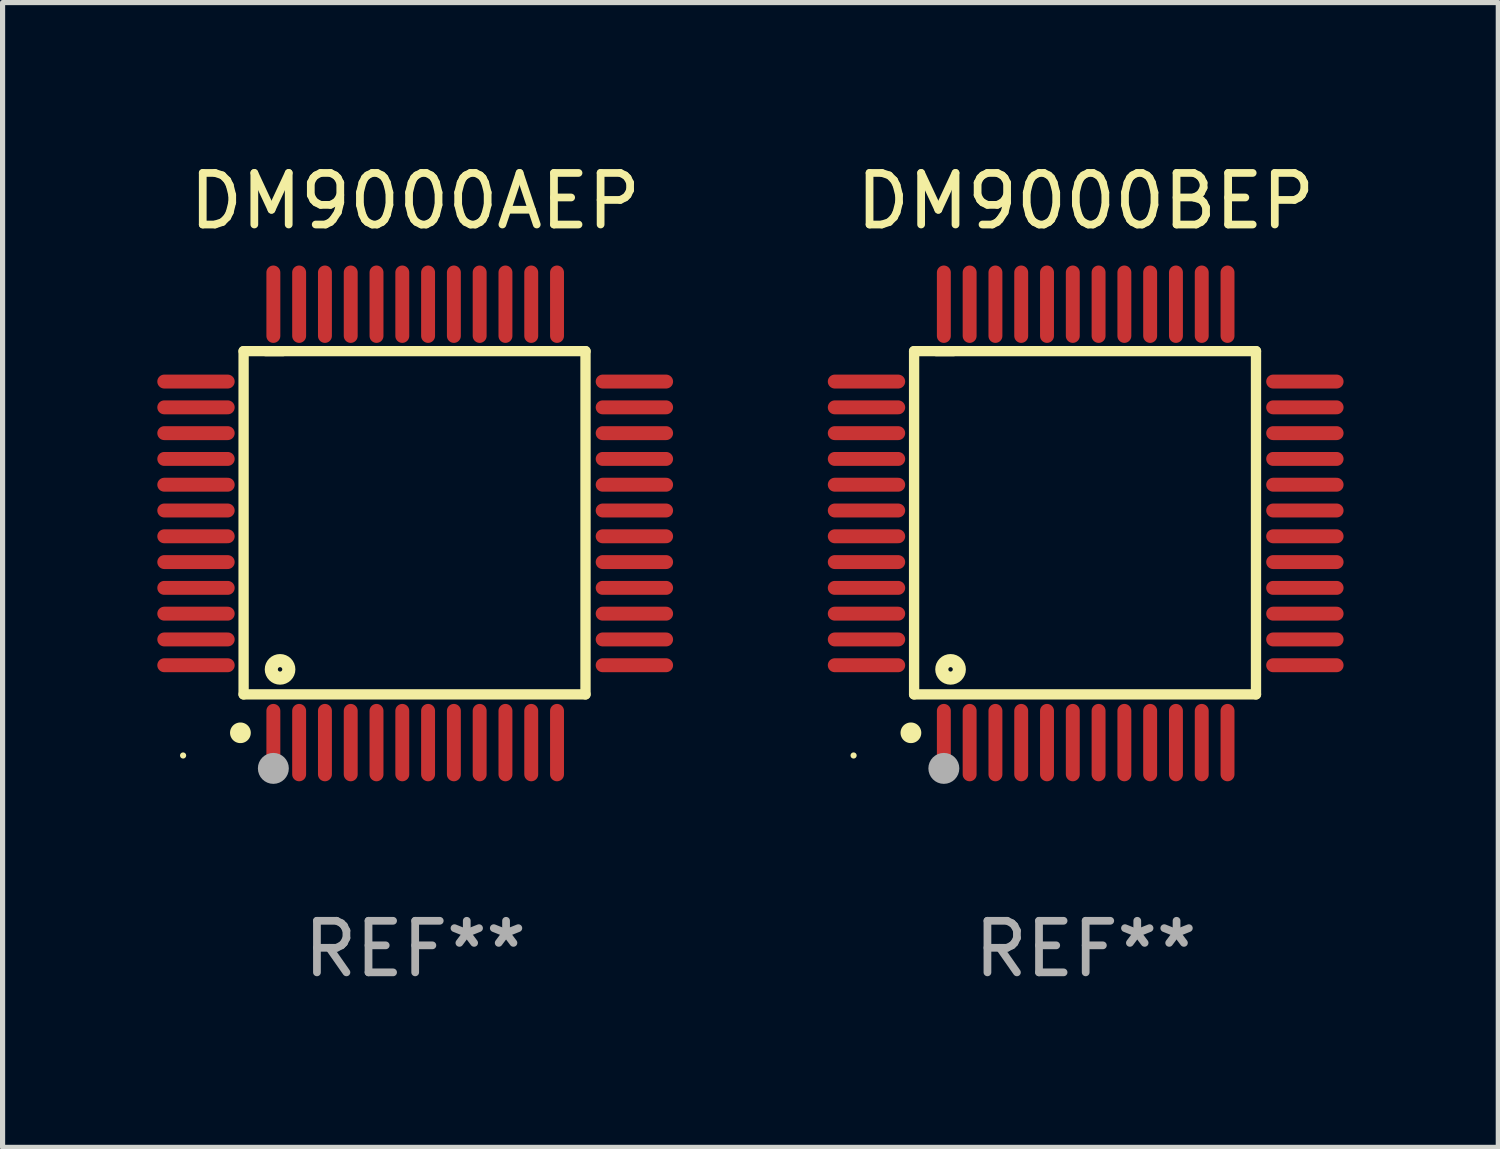
<source format=kicad_pcb>
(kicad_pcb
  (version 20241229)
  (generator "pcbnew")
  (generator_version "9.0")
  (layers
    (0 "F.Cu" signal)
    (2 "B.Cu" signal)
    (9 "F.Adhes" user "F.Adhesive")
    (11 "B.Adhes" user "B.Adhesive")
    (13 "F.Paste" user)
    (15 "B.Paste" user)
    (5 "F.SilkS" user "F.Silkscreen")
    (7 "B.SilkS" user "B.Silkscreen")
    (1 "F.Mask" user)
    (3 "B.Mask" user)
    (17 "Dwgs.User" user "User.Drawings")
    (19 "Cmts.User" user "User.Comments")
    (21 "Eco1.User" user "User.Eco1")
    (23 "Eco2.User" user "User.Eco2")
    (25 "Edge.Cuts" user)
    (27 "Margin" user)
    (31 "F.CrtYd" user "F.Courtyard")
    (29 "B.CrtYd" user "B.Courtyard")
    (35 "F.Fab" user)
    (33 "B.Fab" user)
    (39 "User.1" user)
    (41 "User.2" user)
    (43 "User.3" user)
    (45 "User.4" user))
  (footprint "DM9000AEP"
    (layer "F.Cu")
    (at 5 7.098)
    (property "Reference" "DM9000AEP" (at 0 -6.25 0) (layer "F.SilkS") (effects (font (size 1 1) (thickness 0.15))))
    (attr through_hole)
    (fp_line (start -3.327 -3.34) (end -2.565 -3.34) (stroke (width 0.2) (type solid)) (layer "F.SilkS"))
    (fp_line (start -3.327 3.315) (end -3.327 -3.34) (stroke (width 0.2) (type solid)) (layer "F.SilkS"))
    (fp_line (start -2.896 -3.34) (end 3.302 -3.34) (stroke (width 0.2) (type solid)) (layer "F.SilkS"))
    (fp_line (start 3.302 -3.34) (end 3.302 3.315) (stroke (width 0.2) (type solid)) (layer "F.SilkS"))
    (fp_line (start 3.302 3.315) (end -3.327 3.315) (stroke (width 0.2) (type solid)) (layer "F.SilkS"))
    (fp_arc (start -3.389992 4.059995) (mid -3.388722 4.059991) (end -3.387452 4.059995) (stroke (width 0.4) (type solid)) (layer "F.SilkS"))
    (fp_circle (center -4.5 4.5) (end -4.47 4.5) (stroke (width 0.06) (type solid)) (fill no) (layer "F.SilkS"))
    (fp_circle (center -2.62 2.83) (end -2.45 2.83) (stroke (width 0.254) (type solid)) (fill no) (layer "F.SilkS"))
    (fp_circle (center -2.75 4.75) (end -2.6 4.75) (stroke (width 0.3) (type solid)) (fill no) (layer "F.Fab"))
    (fp_text user "REF**" (at 0 8.25 0) (layer "F.Fab") (effects (font (size 1 1) (thickness 0.15))))
    (pad "1" smd oval (at -2.75 4.25) (size 0.27 1.5) (layers "F.Cu" "F.Mask" "F.Paste"))
    (pad "2" smd oval (at -2.25 4.25) (size 0.27 1.5) (layers "F.Cu" "F.Mask" "F.Paste"))
    (pad "3" smd oval (at -1.75 4.25) (size 0.27 1.5) (layers "F.Cu" "F.Mask" "F.Paste"))
    (pad "4" smd oval (at -1.25 4.25) (size 0.27 1.5) (layers "F.Cu" "F.Mask" "F.Paste"))
    (pad "5" smd oval (at -0.75 4.25) (size 0.27 1.5) (layers "F.Cu" "F.Mask" "F.Paste"))
    (pad "6" smd oval (at -0.25 4.25) (size 0.27 1.5) (layers "F.Cu" "F.Mask" "F.Paste"))
    (pad "7" smd oval (at 0.25 4.25) (size 0.27 1.5) (layers "F.Cu" "F.Mask" "F.Paste"))
    (pad "8" smd oval (at 0.75 4.25) (size 0.27 1.5) (layers "F.Cu" "F.Mask" "F.Paste"))
    (pad "9" smd oval (at 1.25 4.25) (size 0.27 1.5) (layers "F.Cu" "F.Mask" "F.Paste"))
    (pad "10" smd oval (at 1.75 4.25) (size 0.27 1.5) (layers "F.Cu" "F.Mask" "F.Paste"))
    (pad "11" smd oval (at 2.25 4.25) (size 0.27 1.5) (layers "F.Cu" "F.Mask" "F.Paste"))
    (pad "12" smd oval (at 2.75 4.25) (size 0.27 1.5) (layers "F.Cu" "F.Mask" "F.Paste"))
    (pad "13" smd oval (at 4.25 2.75) (size 1.5 0.27) (layers "F.Cu" "F.Mask" "F.Paste"))
    (pad "14" smd oval (at 4.25 2.25) (size 1.5 0.27) (layers "F.Cu" "F.Mask" "F.Paste"))
    (pad "15" smd oval (at 4.25 1.75) (size 1.5 0.27) (layers "F.Cu" "F.Mask" "F.Paste"))
    (pad "16" smd oval (at 4.25 1.25) (size 1.5 0.27) (layers "F.Cu" "F.Mask" "F.Paste"))
    (pad "17" smd oval (at 4.25 0.75) (size 1.5 0.27) (layers "F.Cu" "F.Mask" "F.Paste"))
    (pad "18" smd oval (at 4.25 0.25) (size 1.5 0.27) (layers "F.Cu" "F.Mask" "F.Paste"))
    (pad "19" smd oval (at 4.25 -0.25) (size 1.5 0.27) (layers "F.Cu" "F.Mask" "F.Paste"))
    (pad "20" smd oval (at 4.25 -0.75) (size 1.5 0.27) (layers "F.Cu" "F.Mask" "F.Paste"))
    (pad "21" smd oval (at 4.25 -1.25) (size 1.5 0.27) (layers "F.Cu" "F.Mask" "F.Paste"))
    (pad "22" smd oval (at 4.25 -1.75) (size 1.5 0.27) (layers "F.Cu" "F.Mask" "F.Paste"))
    (pad "23" smd oval (at 4.25 -2.25) (size 1.5 0.27) (layers "F.Cu" "F.Mask" "F.Paste"))
    (pad "24" smd oval (at 4.25 -2.75) (size 1.5 0.27) (layers "F.Cu" "F.Mask" "F.Paste"))
    (pad "25" smd oval (at 2.75 -4.25) (size 0.27 1.5) (layers "F.Cu" "F.Mask" "F.Paste"))
    (pad "26" smd oval (at 2.25 -4.25) (size 0.27 1.5) (layers "F.Cu" "F.Mask" "F.Paste"))
    (pad "27" smd oval (at 1.75 -4.25) (size 0.27 1.5) (layers "F.Cu" "F.Mask" "F.Paste"))
    (pad "28" smd oval (at 1.25 -4.25) (size 0.27 1.5) (layers "F.Cu" "F.Mask" "F.Paste"))
    (pad "29" smd oval (at 0.75 -4.25) (size 0.27 1.5) (layers "F.Cu" "F.Mask" "F.Paste"))
    (pad "30" smd oval (at 0.25 -4.25) (size 0.27 1.5) (layers "F.Cu" "F.Mask" "F.Paste"))
    (pad "31" smd oval (at -0.25 -4.25) (size 0.27 1.5) (layers "F.Cu" "F.Mask" "F.Paste"))
    (pad "32" smd oval (at -0.75 -4.25) (size 0.27 1.5) (layers "F.Cu" "F.Mask" "F.Paste"))
    (pad "33" smd oval (at -1.25 -4.25) (size 0.27 1.5) (layers "F.Cu" "F.Mask" "F.Paste"))
    (pad "34" smd oval (at -1.75 -4.25) (size 0.27 1.5) (layers "F.Cu" "F.Mask" "F.Paste"))
    (pad "35" smd oval (at -2.25 -4.25) (size 0.27 1.5) (layers "F.Cu" "F.Mask" "F.Paste"))
    (pad "36" smd oval (at -2.75 -4.25) (size 0.27 1.5) (layers "F.Cu" "F.Mask" "F.Paste"))
    (pad "37" smd oval (at -4.25 -2.75) (size 1.5 0.27) (layers "F.Cu" "F.Mask" "F.Paste"))
    (pad "38" smd oval (at -4.25 -2.25) (size 1.5 0.27) (layers "F.Cu" "F.Mask" "F.Paste"))
    (pad "39" smd oval (at -4.25 -1.75) (size 1.5 0.27) (layers "F.Cu" "F.Mask" "F.Paste"))
    (pad "40" smd oval (at -4.25 -1.25) (size 1.5 0.27) (layers "F.Cu" "F.Mask" "F.Paste"))
    (pad "41" smd oval (at -4.25 -0.75) (size 1.5 0.27) (layers "F.Cu" "F.Mask" "F.Paste"))
    (pad "42" smd oval (at -4.25 -0.25) (size 1.5 0.27) (layers "F.Cu" "F.Mask" "F.Paste"))
    (pad "43" smd oval (at -4.25 0.25) (size 1.5 0.27) (layers "F.Cu" "F.Mask" "F.Paste"))
    (pad "44" smd oval (at -4.25 0.75) (size 1.5 0.27) (layers "F.Cu" "F.Mask" "F.Paste"))
    (pad "45" smd oval (at -4.25 1.25) (size 1.5 0.27) (layers "F.Cu" "F.Mask" "F.Paste"))
    (pad "46" smd oval (at -4.25 1.75) (size 1.5 0.27) (layers "F.Cu" "F.Mask" "F.Paste"))
    (pad "47" smd oval (at -4.25 2.25) (size 1.5 0.27) (layers "F.Cu" "F.Mask" "F.Paste"))
    (pad "48" smd oval (at -4.25 2.75) (size 1.5 0.27) (layers "F.Cu" "F.Mask" "F.Paste")))
  (footprint "DM9000BEP"
    (layer "F.Cu")
    (at 18 7.098)
    (property "Reference" "DM9000BEP" (at 0 -6.25 0) (layer "F.SilkS") (effects (font (size 1 1) (thickness 0.15))))
    (attr through_hole)
    (fp_line (start -3.327 -3.34) (end -2.565 -3.34) (stroke (width 0.2) (type solid)) (layer "F.SilkS"))
    (fp_line (start -3.327 3.315) (end -3.327 -3.34) (stroke (width 0.2) (type solid)) (layer "F.SilkS"))
    (fp_line (start -2.896 -3.34) (end 3.302 -3.34) (stroke (width 0.2) (type solid)) (layer "F.SilkS"))
    (fp_line (start 3.302 -3.34) (end 3.302 3.315) (stroke (width 0.2) (type solid)) (layer "F.SilkS"))
    (fp_line (start 3.302 3.315) (end -3.327 3.315) (stroke (width 0.2) (type solid)) (layer "F.SilkS"))
    (fp_arc (start -3.389992 4.059995) (mid -3.388722 4.059991) (end -3.387452 4.059995) (stroke (width 0.4) (type solid)) (layer "F.SilkS"))
    (fp_circle (center -4.5 4.5) (end -4.47 4.5) (stroke (width 0.06) (type solid)) (fill no) (layer "F.SilkS"))
    (fp_circle (center -2.62 2.83) (end -2.45 2.83) (stroke (width 0.254) (type solid)) (fill no) (layer "F.SilkS"))
    (fp_circle (center -2.75 4.75) (end -2.6 4.75) (stroke (width 0.3) (type solid)) (fill no) (layer "F.Fab"))
    (fp_text user "REF**" (at 0 8.25 0) (layer "F.Fab") (effects (font (size 1 1) (thickness 0.15))))
    (pad "1" smd oval (at -2.75 4.25) (size 0.27 1.5) (layers "F.Cu" "F.Mask" "F.Paste"))
    (pad "2" smd oval (at -2.25 4.25) (size 0.27 1.5) (layers "F.Cu" "F.Mask" "F.Paste"))
    (pad "3" smd oval (at -1.75 4.25) (size 0.27 1.5) (layers "F.Cu" "F.Mask" "F.Paste"))
    (pad "4" smd oval (at -1.25 4.25) (size 0.27 1.5) (layers "F.Cu" "F.Mask" "F.Paste"))
    (pad "5" smd oval (at -0.75 4.25) (size 0.27 1.5) (layers "F.Cu" "F.Mask" "F.Paste"))
    (pad "6" smd oval (at -0.25 4.25) (size 0.27 1.5) (layers "F.Cu" "F.Mask" "F.Paste"))
    (pad "7" smd oval (at 0.25 4.25) (size 0.27 1.5) (layers "F.Cu" "F.Mask" "F.Paste"))
    (pad "8" smd oval (at 0.75 4.25) (size 0.27 1.5) (layers "F.Cu" "F.Mask" "F.Paste"))
    (pad "9" smd oval (at 1.25 4.25) (size 0.27 1.5) (layers "F.Cu" "F.Mask" "F.Paste"))
    (pad "10" smd oval (at 1.75 4.25) (size 0.27 1.5) (layers "F.Cu" "F.Mask" "F.Paste"))
    (pad "11" smd oval (at 2.25 4.25) (size 0.27 1.5) (layers "F.Cu" "F.Mask" "F.Paste"))
    (pad "12" smd oval (at 2.75 4.25) (size 0.27 1.5) (layers "F.Cu" "F.Mask" "F.Paste"))
    (pad "13" smd oval (at 4.25 2.75) (size 1.5 0.27) (layers "F.Cu" "F.Mask" "F.Paste"))
    (pad "14" smd oval (at 4.25 2.25) (size 1.5 0.27) (layers "F.Cu" "F.Mask" "F.Paste"))
    (pad "15" smd oval (at 4.25 1.75) (size 1.5 0.27) (layers "F.Cu" "F.Mask" "F.Paste"))
    (pad "16" smd oval (at 4.25 1.25) (size 1.5 0.27) (layers "F.Cu" "F.Mask" "F.Paste"))
    (pad "17" smd oval (at 4.25 0.75) (size 1.5 0.27) (layers "F.Cu" "F.Mask" "F.Paste"))
    (pad "18" smd oval (at 4.25 0.25) (size 1.5 0.27) (layers "F.Cu" "F.Mask" "F.Paste"))
    (pad "19" smd oval (at 4.25 -0.25) (size 1.5 0.27) (layers "F.Cu" "F.Mask" "F.Paste"))
    (pad "20" smd oval (at 4.25 -0.75) (size 1.5 0.27) (layers "F.Cu" "F.Mask" "F.Paste"))
    (pad "21" smd oval (at 4.25 -1.25) (size 1.5 0.27) (layers "F.Cu" "F.Mask" "F.Paste"))
    (pad "22" smd oval (at 4.25 -1.75) (size 1.5 0.27) (layers "F.Cu" "F.Mask" "F.Paste"))
    (pad "23" smd oval (at 4.25 -2.25) (size 1.5 0.27) (layers "F.Cu" "F.Mask" "F.Paste"))
    (pad "24" smd oval (at 4.25 -2.75) (size 1.5 0.27) (layers "F.Cu" "F.Mask" "F.Paste"))
    (pad "25" smd oval (at 2.75 -4.25) (size 0.27 1.5) (layers "F.Cu" "F.Mask" "F.Paste"))
    (pad "26" smd oval (at 2.25 -4.25) (size 0.27 1.5) (layers "F.Cu" "F.Mask" "F.Paste"))
    (pad "27" smd oval (at 1.75 -4.25) (size 0.27 1.5) (layers "F.Cu" "F.Mask" "F.Paste"))
    (pad "28" smd oval (at 1.25 -4.25) (size 0.27 1.5) (layers "F.Cu" "F.Mask" "F.Paste"))
    (pad "29" smd oval (at 0.75 -4.25) (size 0.27 1.5) (layers "F.Cu" "F.Mask" "F.Paste"))
    (pad "30" smd oval (at 0.25 -4.25) (size 0.27 1.5) (layers "F.Cu" "F.Mask" "F.Paste"))
    (pad "31" smd oval (at -0.25 -4.25) (size 0.27 1.5) (layers "F.Cu" "F.Mask" "F.Paste"))
    (pad "32" smd oval (at -0.75 -4.25) (size 0.27 1.5) (layers "F.Cu" "F.Mask" "F.Paste"))
    (pad "33" smd oval (at -1.25 -4.25) (size 0.27 1.5) (layers "F.Cu" "F.Mask" "F.Paste"))
    (pad "34" smd oval (at -1.75 -4.25) (size 0.27 1.5) (layers "F.Cu" "F.Mask" "F.Paste"))
    (pad "35" smd oval (at -2.25 -4.25) (size 0.27 1.5) (layers "F.Cu" "F.Mask" "F.Paste"))
    (pad "36" smd oval (at -2.75 -4.25) (size 0.27 1.5) (layers "F.Cu" "F.Mask" "F.Paste"))
    (pad "37" smd oval (at -4.25 -2.75) (size 1.5 0.27) (layers "F.Cu" "F.Mask" "F.Paste"))
    (pad "38" smd oval (at -4.25 -2.25) (size 1.5 0.27) (layers "F.Cu" "F.Mask" "F.Paste"))
    (pad "39" smd oval (at -4.25 -1.75) (size 1.5 0.27) (layers "F.Cu" "F.Mask" "F.Paste"))
    (pad "40" smd oval (at -4.25 -1.25) (size 1.5 0.27) (layers "F.Cu" "F.Mask" "F.Paste"))
    (pad "41" smd oval (at -4.25 -0.75) (size 1.5 0.27) (layers "F.Cu" "F.Mask" "F.Paste"))
    (pad "42" smd oval (at -4.25 -0.25) (size 1.5 0.27) (layers "F.Cu" "F.Mask" "F.Paste"))
    (pad "43" smd oval (at -4.25 0.25) (size 1.5 0.27) (layers "F.Cu" "F.Mask" "F.Paste"))
    (pad "44" smd oval (at -4.25 0.75) (size 1.5 0.27) (layers "F.Cu" "F.Mask" "F.Paste"))
    (pad "45" smd oval (at -4.25 1.25) (size 1.5 0.27) (layers "F.Cu" "F.Mask" "F.Paste"))
    (pad "46" smd oval (at -4.25 1.75) (size 1.5 0.27) (layers "F.Cu" "F.Mask" "F.Paste"))
    (pad "47" smd oval (at -4.25 2.25) (size 1.5 0.27) (layers "F.Cu" "F.Mask" "F.Paste"))
    (pad "48" smd oval (at -4.25 2.75) (size 1.5 0.27) (layers "F.Cu" "F.Mask" "F.Paste")))
  (gr_rect
    (start -3 -3)
    (end 26 19.196)
    (stroke (width 0.1) (type default))
    (fill no)
    (layer "Edge.Cuts")))
</source>
